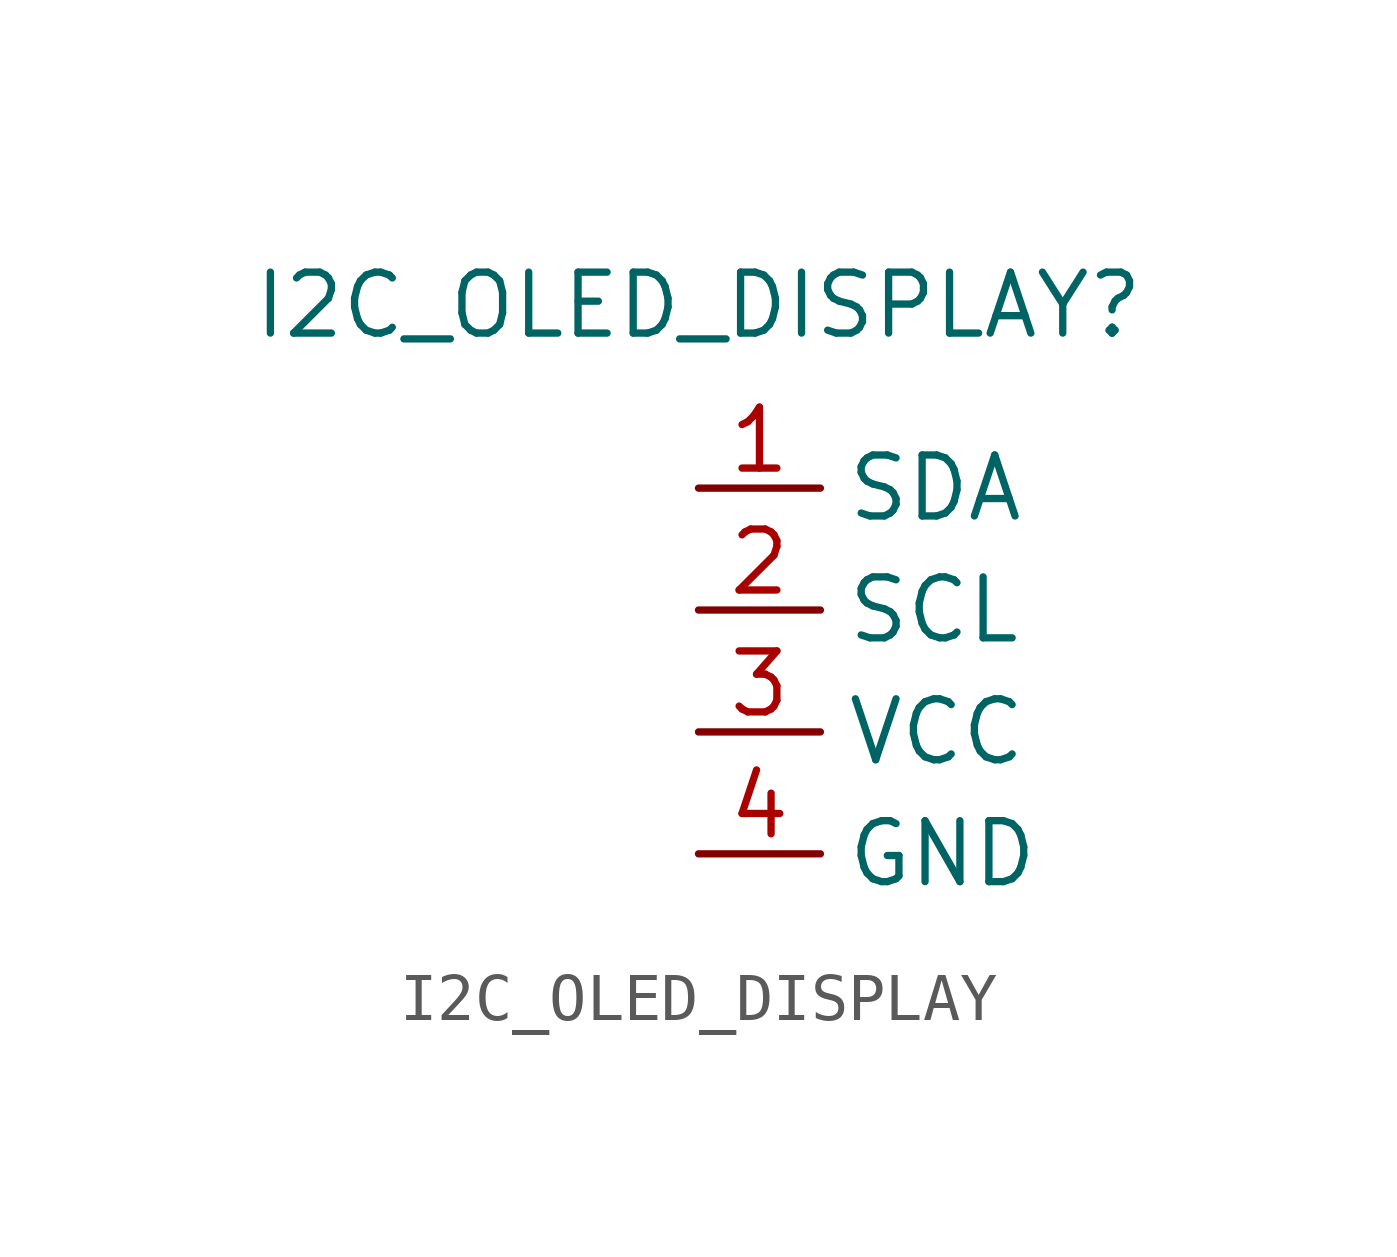
<source format=kicad_sym>
(kicad_symbol_lib
  (version 20241209)
  (generator "kicad_symbol_editor")
  (generator_version "9.0")
  (symbol "I2C_OLED_DISPLAY"
    (property "Reference" "I2C_OLED_DISPLAY"
      (at 0 0 0)
      (effects (font (size 1.27 1.27))))
    (property "Value" ""
      (at 0 0 0)
      (effects (font (size 1.27 1.27))))
    (symbol "I2C_OLED_DISPLAY_1_1"
      (pin bidirectional line (at 0 -3.81 0) (length 2.54) (name "SDA" (effects (font (size 1.27 1.27)))) (number "1" (effects (font (size 1.27 1.27)))))
      (pin bidirectional line (at 0 -6.35 0) (length 2.54) (name "SCL" (effects (font (size 1.27 1.27)))) (number "2" (effects (font (size 1.27 1.27)))))
      (pin power_in line (at 0 -8.89 0) (length 2.54) (name "VCC" (effects (font (size 1.27 1.27)))) (number "3" (effects (font (size 1.27 1.27)))))
      (pin power_in line (at 0 -11.43 0) (length 2.54) (name "GND" (effects (font (size 1.27 1.27)))) (number "4" (effects (font (size 1.27 1.27))))))))
</source>
